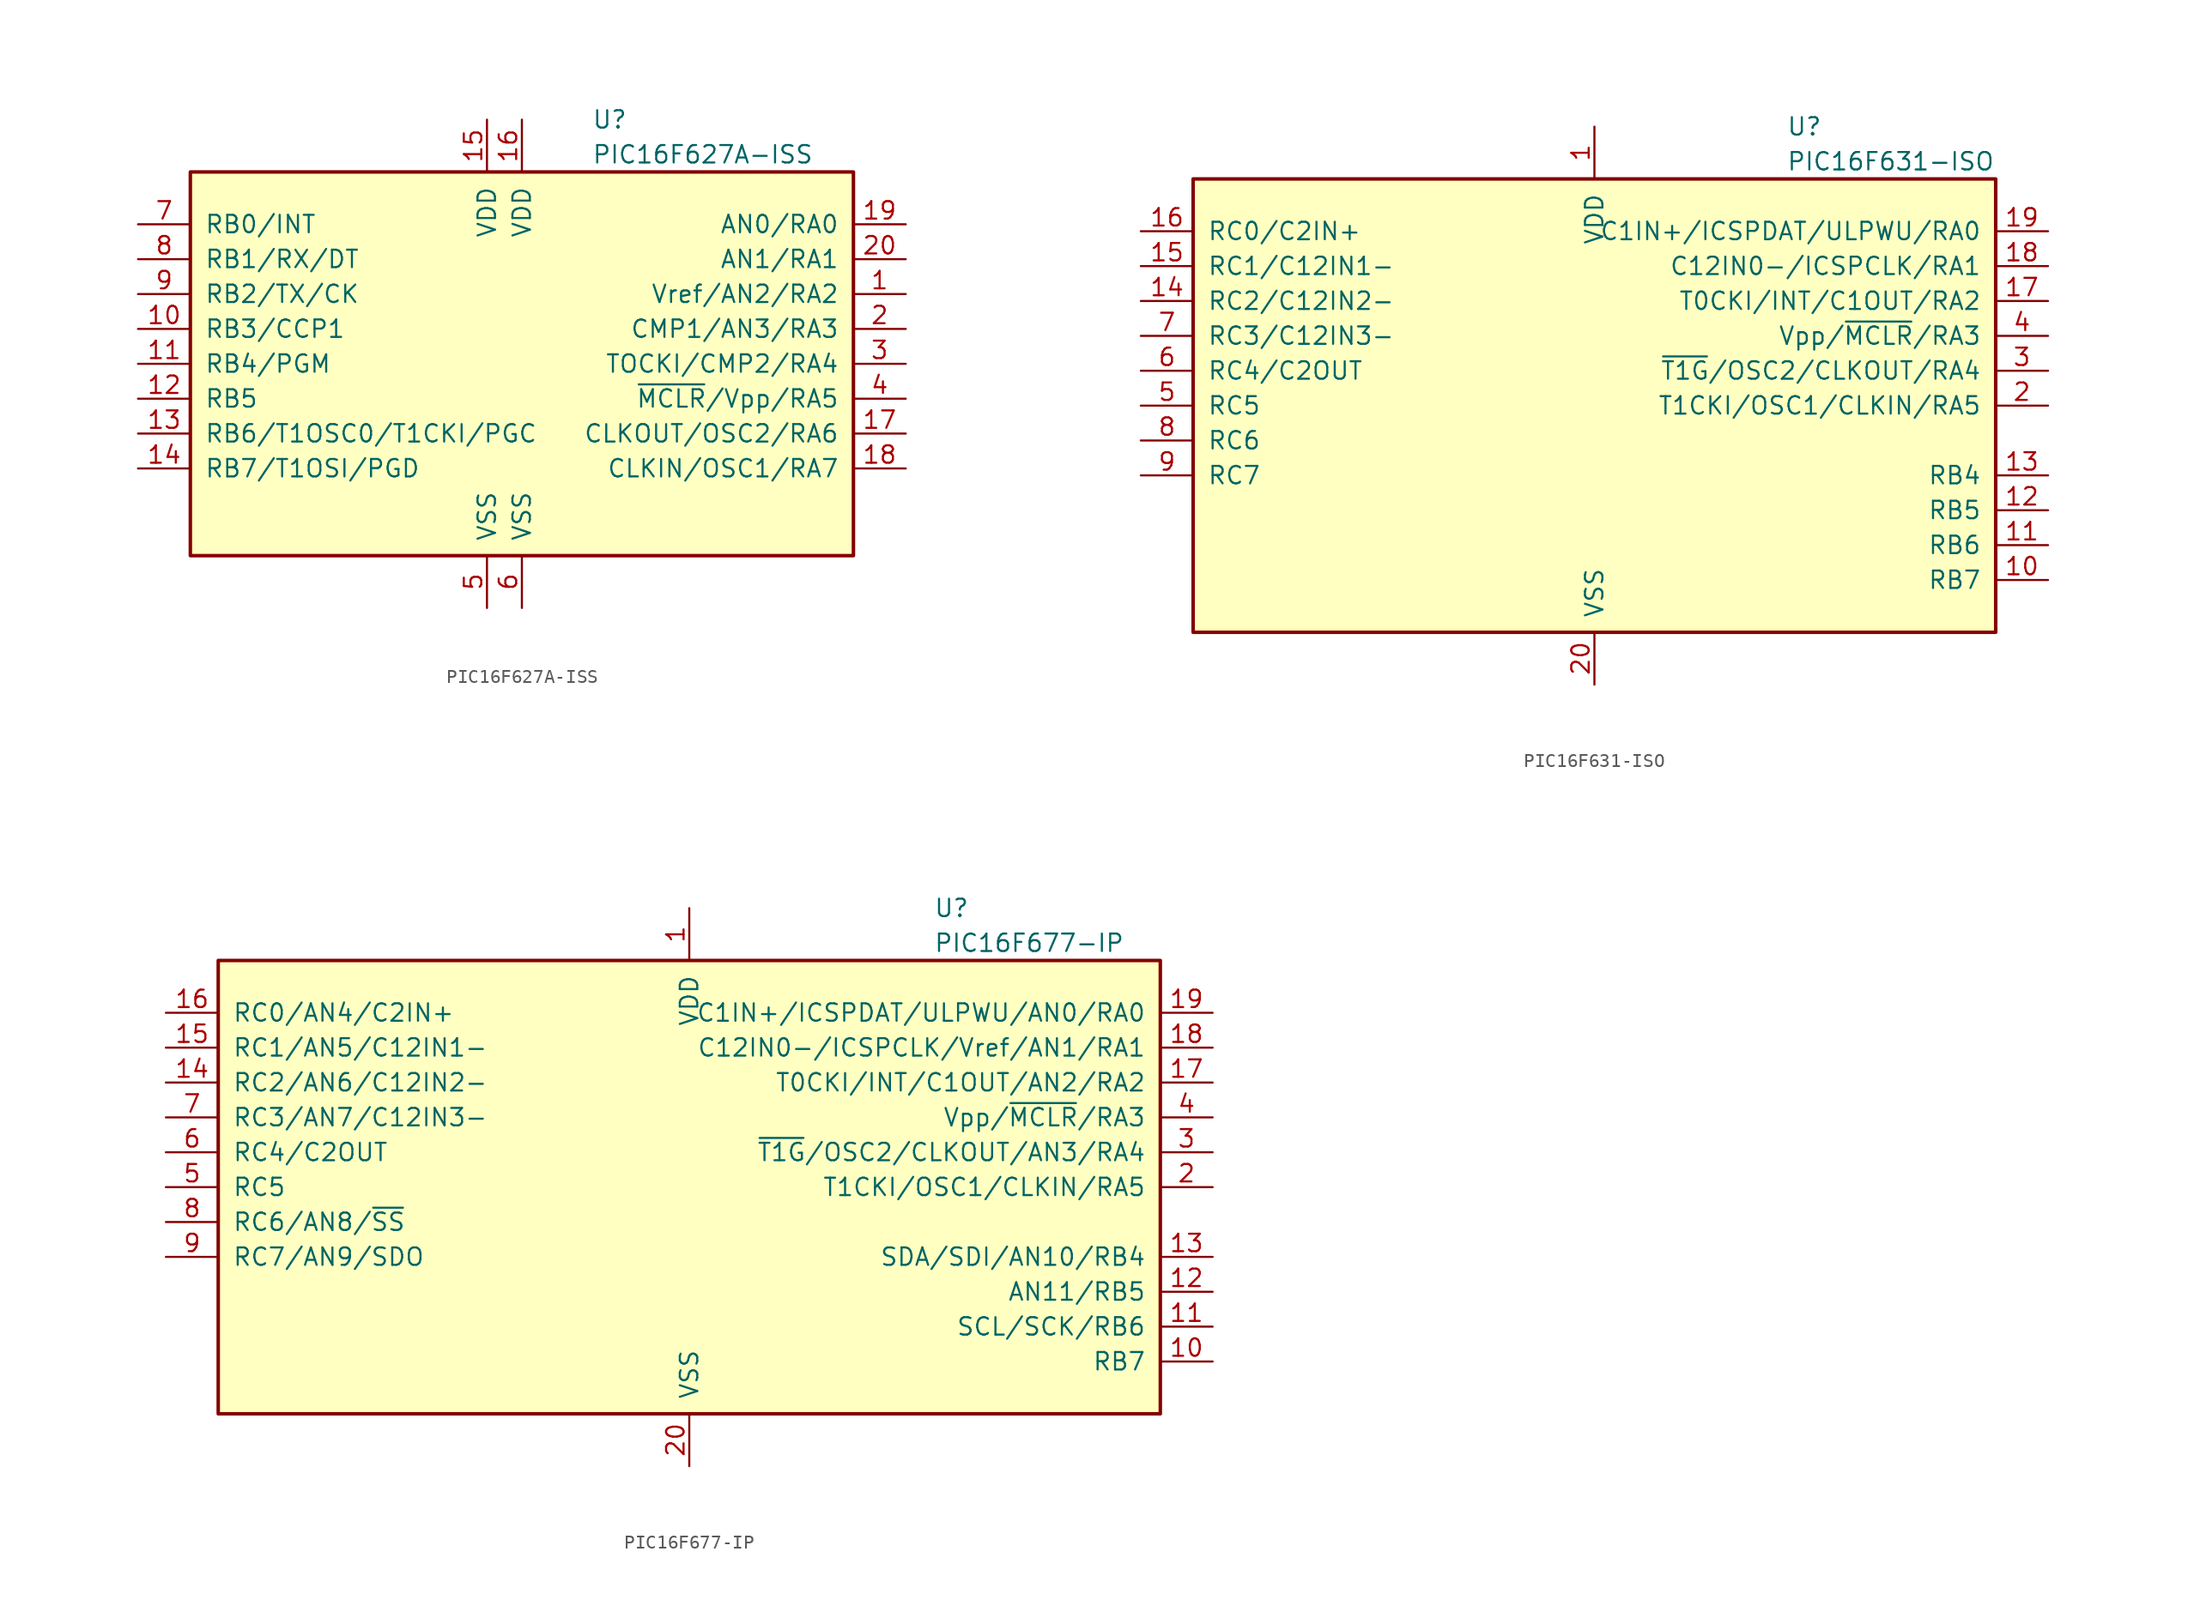
<source format=kicad_sym>
(kicad_symbol_lib
  (version 20201005)
  (generator kicad_symbol_editor)
  (symbol "PIC16F627A-ISS"
    (pin_names
      (offset 1.016))
    (property "Reference" "U"
      (at 5.08 17.78 0)
      (effects (font (size 1.27 1.27)) (justify left)))
    (property "Value" "PIC16F627A-ISS"
      (at 5.08 15.24 0)
      (effects (font (size 1.27 1.27)) (justify left)))
    (symbol "PIC16F627A-ISS_0_1"
      (rectangle (start 24.13 13.97) (end -24.13 -13.97) (stroke (width 0.254)) (fill (type background))))
    (symbol "PIC16F627A-ISS_1_1"
      (pin bidirectional line (at 27.94 5.08 180) (length 3.81) (name "Vref/AN2/RA2" (effects (font (size 1.27 1.27)))) (number "1" (effects (font (size 1.27 1.27)))))
      (pin bidirectional line (at -27.94 2.54 0) (length 3.81) (name "RB3/CCP1" (effects (font (size 1.27 1.27)))) (number "10" (effects (font (size 1.27 1.27)))))
      (pin bidirectional line (at -27.94 0 0) (length 3.81) (name "RB4/PGM" (effects (font (size 1.27 1.27)))) (number "11" (effects (font (size 1.27 1.27)))))
      (pin bidirectional line (at -27.94 -2.54 0) (length 3.81) (name "RB5" (effects (font (size 1.27 1.27)))) (number "12" (effects (font (size 1.27 1.27)))))
      (pin bidirectional line (at -27.94 -5.08 0) (length 3.81) (name "RB6/T1OSC0/T1CKI/PGC" (effects (font (size 1.27 1.27)))) (number "13" (effects (font (size 1.27 1.27)))))
      (pin bidirectional line (at -27.94 -7.62 0) (length 3.81) (name "RB7/T1OSI/PGD" (effects (font (size 1.27 1.27)))) (number "14" (effects (font (size 1.27 1.27)))))
      (pin power_in line (at -2.54 17.78 270) (length 3.81) (name "VDD" (effects (font (size 1.27 1.27)))) (number "15" (effects (font (size 1.27 1.27)))))
      (pin power_in line (at 0 17.78 270) (length 3.81) (name "VDD" (effects (font (size 1.27 1.27)))) (number "16" (effects (font (size 1.27 1.27)))))
      (pin bidirectional line (at 27.94 -5.08 180) (length 3.81) (name "CLKOUT/OSC2/RA6" (effects (font (size 1.27 1.27)))) (number "17" (effects (font (size 1.27 1.27)))))
      (pin bidirectional line (at 27.94 -7.62 180) (length 3.81) (name "CLKIN/OSC1/RA7" (effects (font (size 1.27 1.27)))) (number "18" (effects (font (size 1.27 1.27)))))
      (pin bidirectional line (at 27.94 10.16 180) (length 3.81) (name "AN0/RA0" (effects (font (size 1.27 1.27)))) (number "19" (effects (font (size 1.27 1.27)))))
      (pin bidirectional line (at 27.94 2.54 180) (length 3.81) (name "CMP1/AN3/RA3" (effects (font (size 1.27 1.27)))) (number "2" (effects (font (size 1.27 1.27)))))
      (pin bidirectional line (at 27.94 7.62 180) (length 3.81) (name "AN1/RA1" (effects (font (size 1.27 1.27)))) (number "20" (effects (font (size 1.27 1.27)))))
      (pin bidirectional line (at 27.94 0 180) (length 3.81) (name "TOCKI/CMP2/RA4" (effects (font (size 1.27 1.27)))) (number "3" (effects (font (size 1.27 1.27)))))
      (pin input line (at 27.94 -2.54 180) (length 3.81) (name "~MCLR~/Vpp/RA5" (effects (font (size 1.27 1.27)))) (number "4" (effects (font (size 1.27 1.27)))))
      (pin power_in line (at -2.54 -17.78 90) (length 3.81) (name "VSS" (effects (font (size 1.27 1.27)))) (number "5" (effects (font (size 1.27 1.27)))))
      (pin power_in line (at 0 -17.78 90) (length 3.81) (name "VSS" (effects (font (size 1.27 1.27)))) (number "6" (effects (font (size 1.27 1.27)))))
      (pin bidirectional line (at -27.94 10.16 0) (length 3.81) (name "RB0/INT" (effects (font (size 1.27 1.27)))) (number "7" (effects (font (size 1.27 1.27)))))
      (pin bidirectional line (at -27.94 7.62 0) (length 3.81) (name "RB1/RX/DT" (effects (font (size 1.27 1.27)))) (number "8" (effects (font (size 1.27 1.27)))))
      (pin bidirectional line (at -27.94 5.08 0) (length 3.81) (name "RB2/TX/CK" (effects (font (size 1.27 1.27)))) (number "9" (effects (font (size 1.27 1.27)))))))
  (symbol "PIC16F631-ISO"
    (pin_names
      (offset 1.016))
    (property "Reference" "U"
      (at 13.97 20.32 0)
      (effects (font (size 1.27 1.27)) (justify left)))
    (property "Value" "PIC16F631-ISO"
      (at 13.97 17.78 0)
      (effects (font (size 1.27 1.27)) (justify left)))
    (symbol "PIC16F631-ISO_0_1"
      (rectangle (start -29.21 16.51) (end 29.21 -16.51) (stroke (width 0.254)) (fill (type background))))
    (symbol "PIC16F631-ISO_1_1"
      (pin power_in line (at 0 20.32 270) (length 3.81) (name "VDD" (effects (font (size 1.27 1.27)))) (number "1" (effects (font (size 1.27 1.27)))))
      (pin bidirectional line (at 33.02 -12.7 180) (length 3.81) (name "RB7" (effects (font (size 1.27 1.27)))) (number "10" (effects (font (size 1.27 1.27)))))
      (pin bidirectional line (at 33.02 -10.16 180) (length 3.81) (name "RB6" (effects (font (size 1.27 1.27)))) (number "11" (effects (font (size 1.27 1.27)))))
      (pin bidirectional line (at 33.02 -7.62 180) (length 3.81) (name "RB5" (effects (font (size 1.27 1.27)))) (number "12" (effects (font (size 1.27 1.27)))))
      (pin bidirectional line (at 33.02 -5.08 180) (length 3.81) (name "RB4" (effects (font (size 1.27 1.27)))) (number "13" (effects (font (size 1.27 1.27)))))
      (pin bidirectional line (at -33.02 7.62 0) (length 3.81) (name "RC2/C12IN2-" (effects (font (size 1.27 1.27)))) (number "14" (effects (font (size 1.27 1.27)))))
      (pin bidirectional line (at -33.02 10.16 0) (length 3.81) (name "RC1/C12IN1-" (effects (font (size 1.27 1.27)))) (number "15" (effects (font (size 1.27 1.27)))))
      (pin bidirectional line (at -33.02 12.7 0) (length 3.81) (name "RC0/C2IN+" (effects (font (size 1.27 1.27)))) (number "16" (effects (font (size 1.27 1.27)))))
      (pin bidirectional line (at 33.02 7.62 180) (length 3.81) (name "T0CKI/INT/C1OUT/RA2" (effects (font (size 1.27 1.27)))) (number "17" (effects (font (size 1.27 1.27)))))
      (pin bidirectional line (at 33.02 10.16 180) (length 3.81) (name "C12IN0-/ICSPCLK/RA1" (effects (font (size 1.27 1.27)))) (number "18" (effects (font (size 1.27 1.27)))))
      (pin bidirectional line (at 33.02 12.7 180) (length 3.81) (name "C1IN+/ICSPDAT/ULPWU/RA0" (effects (font (size 1.27 1.27)))) (number "19" (effects (font (size 1.27 1.27)))))
      (pin bidirectional line (at 33.02 0 180) (length 3.81) (name "T1CKI/OSC1/CLKIN/RA5" (effects (font (size 1.27 1.27)))) (number "2" (effects (font (size 1.27 1.27)))))
      (pin power_in line (at 0 -20.32 90) (length 3.81) (name "VSS" (effects (font (size 1.27 1.27)))) (number "20" (effects (font (size 1.27 1.27)))))
      (pin bidirectional line (at 33.02 2.54 180) (length 3.81) (name "~T1G~/OSC2/CLKOUT/RA4" (effects (font (size 1.27 1.27)))) (number "3" (effects (font (size 1.27 1.27)))))
      (pin input line (at 33.02 5.08 180) (length 3.81) (name "Vpp/~MCLR~/RA3" (effects (font (size 1.27 1.27)))) (number "4" (effects (font (size 1.27 1.27)))))
      (pin bidirectional line (at -33.02 0 0) (length 3.81) (name "RC5" (effects (font (size 1.27 1.27)))) (number "5" (effects (font (size 1.27 1.27)))))
      (pin bidirectional line (at -33.02 2.54 0) (length 3.81) (name "RC4/C2OUT" (effects (font (size 1.27 1.27)))) (number "6" (effects (font (size 1.27 1.27)))))
      (pin bidirectional line (at -33.02 5.08 0) (length 3.81) (name "RC3/C12IN3-" (effects (font (size 1.27 1.27)))) (number "7" (effects (font (size 1.27 1.27)))))
      (pin bidirectional line (at -33.02 -2.54 0) (length 3.81) (name "RC6" (effects (font (size 1.27 1.27)))) (number "8" (effects (font (size 1.27 1.27)))))
      (pin bidirectional line (at -33.02 -5.08 0) (length 3.81) (name "RC7" (effects (font (size 1.27 1.27)))) (number "9" (effects (font (size 1.27 1.27)))))))
  (symbol "PIC16F677-IP"
    (pin_names
      (offset 1.016))
    (property "Reference" "U"
      (at 17.78 20.32 0)
      (effects (font (size 1.27 1.27)) (justify left)))
    (property "Value" "PIC16F677-IP"
      (at 17.78 17.78 0)
      (effects (font (size 1.27 1.27)) (justify left)))
    (symbol "PIC16F677-IP_0_1"
      (rectangle (start -34.29 16.51) (end 34.29 -16.51) (stroke (width 0.254)) (fill (type background))))
    (symbol "PIC16F677-IP_1_1"
      (pin power_in line (at 0 20.32 270) (length 3.81) (name "VDD" (effects (font (size 1.27 1.27)))) (number "1" (effects (font (size 1.27 1.27)))))
      (pin bidirectional line (at 38.1 -12.7 180) (length 3.81) (name "RB7" (effects (font (size 1.27 1.27)))) (number "10" (effects (font (size 1.27 1.27)))))
      (pin bidirectional line (at 38.1 -10.16 180) (length 3.81) (name "SCL/SCK/RB6" (effects (font (size 1.27 1.27)))) (number "11" (effects (font (size 1.27 1.27)))))
      (pin bidirectional line (at 38.1 -7.62 180) (length 3.81) (name "AN11/RB5" (effects (font (size 1.27 1.27)))) (number "12" (effects (font (size 1.27 1.27)))))
      (pin bidirectional line (at 38.1 -5.08 180) (length 3.81) (name "SDA/SDI/AN10/RB4" (effects (font (size 1.27 1.27)))) (number "13" (effects (font (size 1.27 1.27)))))
      (pin bidirectional line (at -38.1 7.62 0) (length 3.81) (name "RC2/AN6/C12IN2-" (effects (font (size 1.27 1.27)))) (number "14" (effects (font (size 1.27 1.27)))))
      (pin bidirectional line (at -38.1 10.16 0) (length 3.81) (name "RC1/AN5/C12IN1-" (effects (font (size 1.27 1.27)))) (number "15" (effects (font (size 1.27 1.27)))))
      (pin bidirectional line (at -38.1 12.7 0) (length 3.81) (name "RC0/AN4/C2IN+" (effects (font (size 1.27 1.27)))) (number "16" (effects (font (size 1.27 1.27)))))
      (pin bidirectional line (at 38.1 7.62 180) (length 3.81) (name "T0CKI/INT/C1OUT/AN2/RA2" (effects (font (size 1.27 1.27)))) (number "17" (effects (font (size 1.27 1.27)))))
      (pin bidirectional line (at 38.1 10.16 180) (length 3.81) (name "C12IN0-/ICSPCLK/Vref/AN1/RA1" (effects (font (size 1.27 1.27)))) (number "18" (effects (font (size 1.27 1.27)))))
      (pin bidirectional line (at 38.1 12.7 180) (length 3.81) (name "C1IN+/ICSPDAT/ULPWU/AN0/RA0" (effects (font (size 1.27 1.27)))) (number "19" (effects (font (size 1.27 1.27)))))
      (pin bidirectional line (at 38.1 0 180) (length 3.81) (name "T1CKI/OSC1/CLKIN/RA5" (effects (font (size 1.27 1.27)))) (number "2" (effects (font (size 1.27 1.27)))))
      (pin power_in line (at 0 -20.32 90) (length 3.81) (name "VSS" (effects (font (size 1.27 1.27)))) (number "20" (effects (font (size 1.27 1.27)))))
      (pin bidirectional line (at 38.1 2.54 180) (length 3.81) (name "~T1G~/OSC2/CLKOUT/AN3/RA4" (effects (font (size 1.27 1.27)))) (number "3" (effects (font (size 1.27 1.27)))))
      (pin input line (at 38.1 5.08 180) (length 3.81) (name "Vpp/~MCLR~/RA3" (effects (font (size 1.27 1.27)))) (number "4" (effects (font (size 1.27 1.27)))))
      (pin bidirectional line (at -38.1 0 0) (length 3.81) (name "RC5" (effects (font (size 1.27 1.27)))) (number "5" (effects (font (size 1.27 1.27)))))
      (pin bidirectional line (at -38.1 2.54 0) (length 3.81) (name "RC4/C2OUT" (effects (font (size 1.27 1.27)))) (number "6" (effects (font (size 1.27 1.27)))))
      (pin bidirectional line (at -38.1 5.08 0) (length 3.81) (name "RC3/AN7/C12IN3-" (effects (font (size 1.27 1.27)))) (number "7" (effects (font (size 1.27 1.27)))))
      (pin bidirectional line (at -38.1 -2.54 0) (length 3.81) (name "RC6/AN8/~SS~" (effects (font (size 1.27 1.27)))) (number "8" (effects (font (size 1.27 1.27)))))
      (pin bidirectional line (at -38.1 -5.08 0) (length 3.81) (name "RC7/AN9/SDO" (effects (font (size 1.27 1.27)))) (number "9" (effects (font (size 1.27 1.27))))))))
</source>
